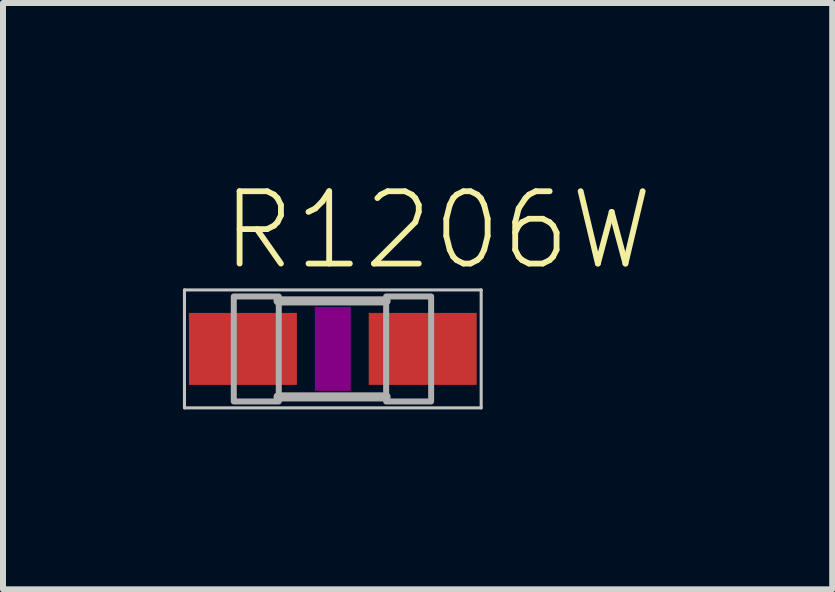
<source format=kicad_pcb>
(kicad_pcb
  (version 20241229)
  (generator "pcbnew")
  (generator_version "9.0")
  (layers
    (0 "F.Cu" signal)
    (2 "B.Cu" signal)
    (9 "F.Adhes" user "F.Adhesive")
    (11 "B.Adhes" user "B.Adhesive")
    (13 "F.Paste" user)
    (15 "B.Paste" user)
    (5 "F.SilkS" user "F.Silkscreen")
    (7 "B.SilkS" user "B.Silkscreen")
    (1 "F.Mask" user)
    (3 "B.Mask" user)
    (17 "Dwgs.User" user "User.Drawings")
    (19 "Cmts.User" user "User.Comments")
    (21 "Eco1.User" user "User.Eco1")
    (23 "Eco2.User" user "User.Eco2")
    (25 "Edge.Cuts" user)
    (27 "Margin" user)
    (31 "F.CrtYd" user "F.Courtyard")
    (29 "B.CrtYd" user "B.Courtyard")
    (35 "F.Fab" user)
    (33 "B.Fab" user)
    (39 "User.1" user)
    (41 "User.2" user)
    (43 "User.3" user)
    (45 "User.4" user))
  (footprint "R1206W"
    (layer "F.Cu")
    (at 2.498 2.766)
    (property "Reference" "R1206W" (at -1.905 -1.27 0) (layer "F.SilkS") (effects (font (size 1.206 1.206) (thickness 0.097)) (justify left bottom)))
    (attr through_hole)
    (fp_poly (pts (xy -0.3 0.7) (xy 0.3 0.7) (xy 0.3 -0.7) (xy -0.3 -0.7)) (stroke (width 0) (type solid)) (fill yes) (layer "F.Adhes"))
    (fp_line (start -2.473 -0.983) (end 2.473 -0.983) (stroke (width 0.051) (type solid)) (layer "Dwgs.User"))
    (fp_line (start -2.473 0.983) (end -2.473 -0.983) (stroke (width 0.051) (type solid)) (layer "Dwgs.User"))
    (fp_line (start 2.473 -0.983) (end 2.473 0.983) (stroke (width 0.051) (type solid)) (layer "Dwgs.User"))
    (fp_line (start 2.473 0.983) (end -2.473 0.983) (stroke (width 0.051) (type solid)) (layer "Dwgs.User"))
    (fp_line (start -0.913 -0.8) (end 0.888 -0.8) (stroke (width 0.152) (type solid)) (layer "F.Fab"))
    (fp_line (start -0.913 0.8) (end 0.888 0.8) (stroke (width 0.152) (type solid)) (layer "F.Fab"))
    (fp_poly (pts (xy -1.651 0.876) (xy -0.901 0.876) (xy -0.901 -0.874) (xy -1.651 -0.874)) (stroke (width 0.1) (type solid)) (fill no) (layer "F.Fab"))
    (fp_poly (pts (xy 0.889 0.876) (xy 1.639 0.876) (xy 1.639 -0.874) (xy 0.889 -0.874)) (stroke (width 0.1) (type solid)) (fill no) (layer "F.Fab"))
    (pad "1" smd rect (at -1.499 0) (size 1.8 1.2) (layers "F.Cu" "F.Mask" "F.Paste"))
    (pad "2" smd rect (at 1.499 0) (size 1.8 1.2) (layers "F.Cu" "F.Mask" "F.Paste")))
  (gr_rect
    (start -3 -3)
    (end 10.823 6.774)
    (stroke (width 0.1) (type default))
    (fill no)
    (layer "Edge.Cuts")))
</source>
